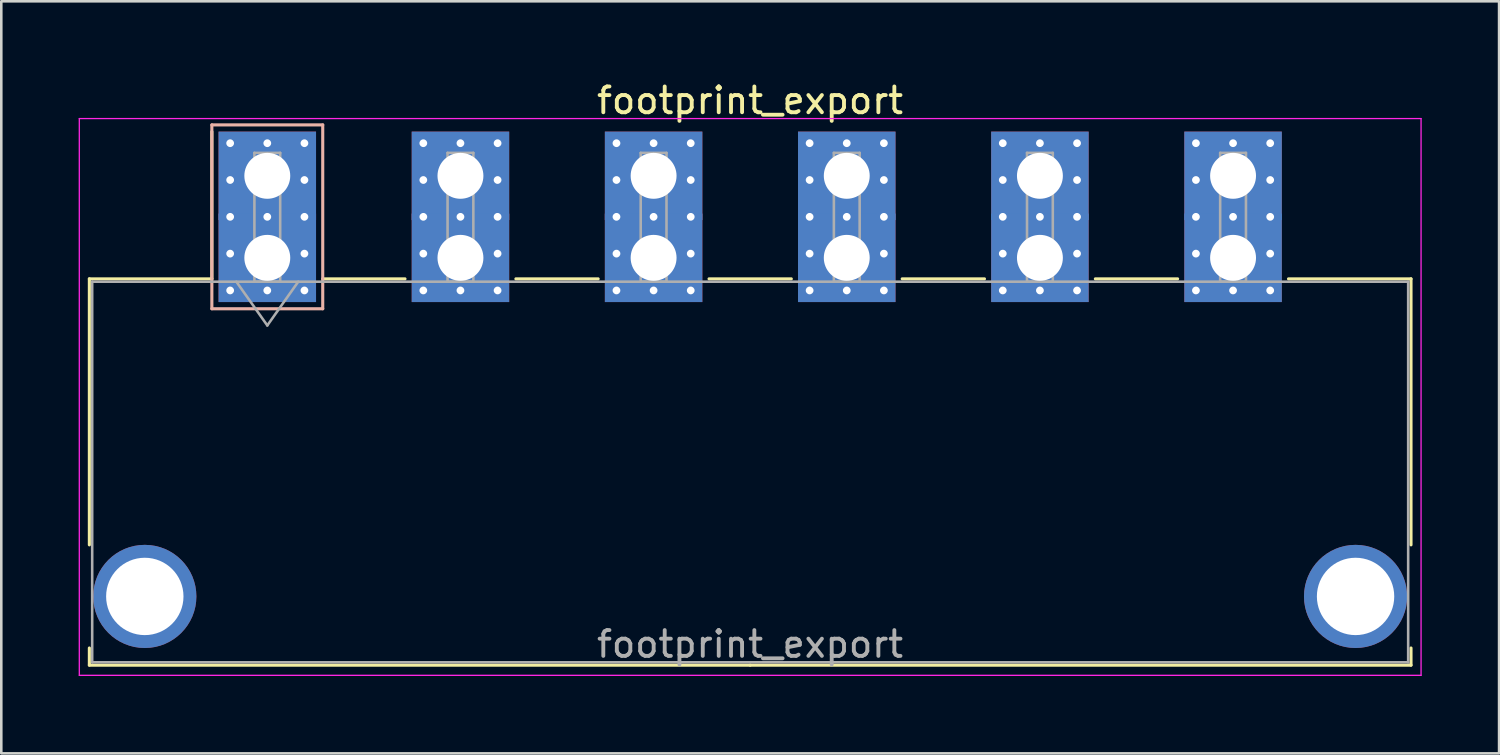
<source format=kicad_pcb>
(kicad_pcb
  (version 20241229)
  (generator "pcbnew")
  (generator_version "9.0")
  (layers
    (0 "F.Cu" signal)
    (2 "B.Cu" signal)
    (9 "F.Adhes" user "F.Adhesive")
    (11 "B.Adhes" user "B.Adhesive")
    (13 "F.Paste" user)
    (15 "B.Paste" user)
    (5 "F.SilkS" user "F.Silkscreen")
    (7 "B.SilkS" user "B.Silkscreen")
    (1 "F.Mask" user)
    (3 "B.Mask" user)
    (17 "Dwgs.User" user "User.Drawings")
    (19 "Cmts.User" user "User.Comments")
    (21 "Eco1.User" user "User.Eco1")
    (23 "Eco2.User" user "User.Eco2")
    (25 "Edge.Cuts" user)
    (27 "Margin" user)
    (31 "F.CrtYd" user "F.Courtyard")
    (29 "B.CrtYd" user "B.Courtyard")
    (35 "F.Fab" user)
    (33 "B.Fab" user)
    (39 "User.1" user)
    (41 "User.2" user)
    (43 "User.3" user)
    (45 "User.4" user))
  (footprint "footprint_export"
    (layer "F.Cu")
    (at 7.315 6.948)
    (property "Reference" "footprint_export" (at 18.72 -6.1 0) (layer "F.SilkS") (effects (font (size 1 1) (thickness 0.15))))
    (attr through_hole)
    (fp_line (start -6.9 0.815) (end -6.9 11.13) (stroke (width 0.12) (type solid)) (layer "F.SilkS"))
    (fp_line (start -6.9 15.13) (end -6.9 15.795) (stroke (width 0.12) (type solid)) (layer "F.SilkS"))
    (fp_line (start -6.9 15.795) (end 18.725 15.795) (stroke (width 0.12) (type solid)) (layer "F.SilkS"))
    (fp_line (start -2.15 0.815) (end -6.9 0.815) (stroke (width 0.12) (type solid)) (layer "F.SilkS"))
    (fp_line (start -2.15 0.815) (end -2.15 -4.895) (stroke (width 0.12) (type solid)) (layer "F.SilkS"))
    (fp_line (start 2.15 0.815) (end 5.34 0.815) (stroke (width 0.12) (type solid)) (layer "F.SilkS"))
    (fp_line (start 9.64 0.815) (end 12.83 0.815) (stroke (width 0.12) (type solid)) (layer "F.SilkS"))
    (fp_line (start 17.13 0.815) (end 20.32 0.815) (stroke (width 0.12) (type solid)) (layer "F.SilkS"))
    (fp_line (start 24.62 0.815) (end 27.81 0.815) (stroke (width 0.12) (type solid)) (layer "F.SilkS"))
    (fp_line (start 32.11 0.815) (end 35.3 0.815) (stroke (width 0.12) (type solid)) (layer "F.SilkS"))
    (fp_line (start 39.6 0.815) (end 44.35 0.815) (stroke (width 0.12) (type solid)) (layer "F.SilkS"))
    (fp_line (start 44.35 0.815) (end 44.35 11.13) (stroke (width 0.12) (type solid)) (layer "F.SilkS"))
    (fp_line (start 44.35 15.13) (end 44.35 15.795) (stroke (width 0.12) (type solid)) (layer "F.SilkS"))
    (fp_line (start 44.35 15.795) (end 18.725 15.795) (stroke (width 0.12) (type solid)) (layer "F.SilkS"))
    (fp_line (start -2.15 -5.155) (end -2.15 1.975) (stroke (width 0.12) (type solid)) (layer "B.SilkS"))
    (fp_line (start -2.15 1.975) (end 2.15 1.975) (stroke (width 0.12) (type solid)) (layer "B.SilkS"))
    (fp_line (start 2.15 -5.155) (end -2.15 -5.155) (stroke (width 0.12) (type solid)) (layer "B.SilkS"))
    (fp_line (start 2.15 1.975) (end 2.15 -5.155) (stroke (width 0.12) (type solid)) (layer "B.SilkS"))
    (fp_line (start -7.29 -5.4) (end -7.29 16.19) (stroke (width 0.05) (type solid)) (layer "F.CrtYd"))
    (fp_line (start -7.29 16.19) (end 44.74 16.19) (stroke (width 0.05) (type solid)) (layer "F.CrtYd"))
    (fp_line (start 44.74 -5.4) (end -7.29 -5.4) (stroke (width 0.05) (type solid)) (layer "F.CrtYd"))
    (fp_line (start 44.74 16.19) (end 44.74 -5.4) (stroke (width 0.05) (type solid)) (layer "F.CrtYd"))
    (fp_line (start -6.79 0.925) (end -6.79 15.685) (stroke (width 0.1) (type solid)) (layer "F.Fab"))
    (fp_line (start -6.79 15.685) (end 44.24 15.685) (stroke (width 0.1) (type solid)) (layer "F.Fab"))
    (fp_line (start -1.2 0.925) (end 0 2.622) (stroke (width 0.1) (type solid)) (layer "F.Fab"))
    (fp_line (start -0.5 -4.07) (end 0.5 -4.07) (stroke (width 0.1) (type solid)) (layer "F.Fab"))
    (fp_line (start -0.5 0.925) (end -0.5 -4.07) (stroke (width 0.1) (type solid)) (layer "F.Fab"))
    (fp_line (start 0 2.622) (end 1.2 0.925) (stroke (width 0.1) (type solid)) (layer "F.Fab"))
    (fp_line (start 0.5 -4.07) (end 0.5 0.925) (stroke (width 0.1) (type solid)) (layer "F.Fab"))
    (fp_line (start 0.5 0.925) (end -0.5 0.925) (stroke (width 0.1) (type solid)) (layer "F.Fab"))
    (fp_line (start 6.99 -4.07) (end 7.99 -4.07) (stroke (width 0.1) (type solid)) (layer "F.Fab"))
    (fp_line (start 6.99 0.925) (end 6.99 -4.07) (stroke (width 0.1) (type solid)) (layer "F.Fab"))
    (fp_line (start 7.99 -4.07) (end 7.99 0.925) (stroke (width 0.1) (type solid)) (layer "F.Fab"))
    (fp_line (start 7.99 0.925) (end 6.99 0.925) (stroke (width 0.1) (type solid)) (layer "F.Fab"))
    (fp_line (start 14.48 -4.07) (end 15.48 -4.07) (stroke (width 0.1) (type solid)) (layer "F.Fab"))
    (fp_line (start 14.48 0.925) (end 14.48 -4.07) (stroke (width 0.1) (type solid)) (layer "F.Fab"))
    (fp_line (start 15.48 -4.07) (end 15.48 0.925) (stroke (width 0.1) (type solid)) (layer "F.Fab"))
    (fp_line (start 15.48 0.925) (end 14.48 0.925) (stroke (width 0.1) (type solid)) (layer "F.Fab"))
    (fp_line (start 21.97 -4.07) (end 22.97 -4.07) (stroke (width 0.1) (type solid)) (layer "F.Fab"))
    (fp_line (start 21.97 0.925) (end 21.97 -4.07) (stroke (width 0.1) (type solid)) (layer "F.Fab"))
    (fp_line (start 22.97 -4.07) (end 22.97 0.925) (stroke (width 0.1) (type solid)) (layer "F.Fab"))
    (fp_line (start 22.97 0.925) (end 21.97 0.925) (stroke (width 0.1) (type solid)) (layer "F.Fab"))
    (fp_line (start 29.46 -4.07) (end 30.46 -4.07) (stroke (width 0.1) (type solid)) (layer "F.Fab"))
    (fp_line (start 29.46 0.925) (end 29.46 -4.07) (stroke (width 0.1) (type solid)) (layer "F.Fab"))
    (fp_line (start 30.46 -4.07) (end 30.46 0.925) (stroke (width 0.1) (type solid)) (layer "F.Fab"))
    (fp_line (start 30.46 0.925) (end 29.46 0.925) (stroke (width 0.1) (type solid)) (layer "F.Fab"))
    (fp_line (start 36.95 -4.07) (end 37.95 -4.07) (stroke (width 0.1) (type solid)) (layer "F.Fab"))
    (fp_line (start 36.95 0.925) (end 36.95 -4.07) (stroke (width 0.1) (type solid)) (layer "F.Fab"))
    (fp_line (start 37.95 -4.07) (end 37.95 0.925) (stroke (width 0.1) (type solid)) (layer "F.Fab"))
    (fp_line (start 37.95 0.925) (end 36.95 0.925) (stroke (width 0.1) (type solid)) (layer "F.Fab"))
    (fp_line (start 44.24 0.925) (end -6.79 0.925) (stroke (width 0.1) (type solid)) (layer "F.Fab"))
    (fp_line (start 44.24 15.685) (end 44.24 0.925) (stroke (width 0.1) (type solid)) (layer "F.Fab"))
    (fp_text user "${REFERENCE}" (at 18.72 14.98 0) (layer "F.Fab") (effects (font (size 1 1) (thickness 0.15))))
    (pad "" thru_hole circle (at -4.75 13.13) (size 4 4) (drill 3) (layers "*.Cu" "*.Mask"))
    (pad "" thru_hole circle (at 42.2 13.13) (size 4 4) (drill 3) (layers "*.Cu" "*.Mask"))
    (pad "1" thru_hole rect (at -1.44 -4.445) (size 0.6 0.6) (drill 0.3) (layers "*.Cu" "*.Mask"))
    (pad "1" thru_hole rect (at -1.44 -3.018) (size 0.6 0.6) (drill 0.3) (layers "*.Cu" "*.Mask"))
    (pad "1" thru_hole rect (at -1.44 -1.59) (size 0.6 0.6) (drill 0.3) (layers "*.Cu" "*.Mask"))
    (pad "1" thru_hole rect (at -1.44 -0.163) (size 0.6 0.6) (drill 0.3) (layers "*.Cu" "*.Mask"))
    (pad "1" thru_hole rect (at -1.44 1.265) (size 0.6 0.6) (drill 0.3) (layers "*.Cu" "*.Mask"))
    (pad "1" thru_hole rect (at 0 -4.445) (size 0.6 0.6) (drill 0.3) (layers "*.Cu" "*.Mask"))
    (pad "1" thru_hole rect (at 0 -3.18) (size 3.78 3.43) (drill 1.78) (layers "*.Cu" "*.Mask"))
    (pad "1" thru_hole rect (at 0 -1.59) (size 0.6 0.6) (drill 0.3) (layers "*.Cu" "*.Mask"))
    (pad "1" thru_hole rect (at 0 0) (size 3.78 3.43) (drill 1.78) (layers "*.Cu" "*.Mask"))
    (pad "1" thru_hole rect (at 0 1.265) (size 0.6 0.6) (drill 0.3) (layers "*.Cu" "*.Mask"))
    (pad "1" thru_hole rect (at 1.44 -4.445) (size 0.6 0.6) (drill 0.3) (layers "*.Cu" "*.Mask"))
    (pad "1" thru_hole rect (at 1.44 -3.018) (size 0.6 0.6) (drill 0.3) (layers "*.Cu" "*.Mask"))
    (pad "1" thru_hole rect (at 1.44 -1.59) (size 0.6 0.6) (drill 0.3) (layers "*.Cu" "*.Mask"))
    (pad "1" thru_hole rect (at 1.44 -0.163) (size 0.6 0.6) (drill 0.3) (layers "*.Cu" "*.Mask"))
    (pad "1" thru_hole rect (at 1.44 1.265) (size 0.6 0.6) (drill 0.3) (layers "*.Cu" "*.Mask"))
    (pad "2" thru_hole circle (at 6.05 -4.445) (size 0.6 0.6) (drill 0.3) (layers "*.Cu" "*.Mask"))
    (pad "2" thru_hole circle (at 6.05 -3.018) (size 0.6 0.6) (drill 0.3) (layers "*.Cu" "*.Mask"))
    (pad "2" thru_hole circle (at 6.05 -1.59) (size 0.6 0.6) (drill 0.3) (layers "*.Cu" "*.Mask"))
    (pad "2" thru_hole circle (at 6.05 -0.163) (size 0.6 0.6) (drill 0.3) (layers "*.Cu" "*.Mask"))
    (pad "2" thru_hole circle (at 6.05 1.265) (size 0.6 0.6) (drill 0.3) (layers "*.Cu" "*.Mask"))
    (pad "2" thru_hole circle (at 7.49 -4.445) (size 0.6 0.6) (drill 0.3) (layers "*.Cu" "*.Mask"))
    (pad "2" thru_hole rect (at 7.49 -3.18) (size 3.78 3.43) (drill 1.78) (layers "*.Cu" "*.Mask"))
    (pad "2" thru_hole circle (at 7.49 -1.59) (size 0.6 0.6) (drill 0.3) (layers "*.Cu" "*.Mask"))
    (pad "2" thru_hole rect (at 7.49 0) (size 3.78 3.43) (drill 1.78) (layers "*.Cu" "*.Mask"))
    (pad "2" thru_hole circle (at 7.49 1.265) (size 0.6 0.6) (drill 0.3) (layers "*.Cu" "*.Mask"))
    (pad "2" thru_hole circle (at 8.93 -4.445) (size 0.6 0.6) (drill 0.3) (layers "*.Cu" "*.Mask"))
    (pad "2" thru_hole circle (at 8.93 -3.018) (size 0.6 0.6) (drill 0.3) (layers "*.Cu" "*.Mask"))
    (pad "2" thru_hole circle (at 8.93 -1.59) (size 0.6 0.6) (drill 0.3) (layers "*.Cu" "*.Mask"))
    (pad "2" thru_hole circle (at 8.93 -0.163) (size 0.6 0.6) (drill 0.3) (layers "*.Cu" "*.Mask"))
    (pad "2" thru_hole circle (at 8.93 1.265) (size 0.6 0.6) (drill 0.3) (layers "*.Cu" "*.Mask"))
    (pad "3" thru_hole circle (at 13.54 -4.445) (size 0.6 0.6) (drill 0.3) (layers "*.Cu" "*.Mask"))
    (pad "3" thru_hole circle (at 13.54 -3.018) (size 0.6 0.6) (drill 0.3) (layers "*.Cu" "*.Mask"))
    (pad "3" thru_hole circle (at 13.54 -1.59) (size 0.6 0.6) (drill 0.3) (layers "*.Cu" "*.Mask"))
    (pad "3" thru_hole circle (at 13.54 -0.163) (size 0.6 0.6) (drill 0.3) (layers "*.Cu" "*.Mask"))
    (pad "3" thru_hole circle (at 13.54 1.265) (size 0.6 0.6) (drill 0.3) (layers "*.Cu" "*.Mask"))
    (pad "3" thru_hole circle (at 14.98 -4.445) (size 0.6 0.6) (drill 0.3) (layers "*.Cu" "*.Mask"))
    (pad "3" thru_hole rect (at 14.98 -3.18) (size 3.78 3.43) (drill 1.78) (layers "*.Cu" "*.Mask"))
    (pad "3" thru_hole circle (at 14.98 -1.59) (size 0.6 0.6) (drill 0.3) (layers "*.Cu" "*.Mask"))
    (pad "3" thru_hole rect (at 14.98 0) (size 3.78 3.43) (drill 1.78) (layers "*.Cu" "*.Mask"))
    (pad "3" thru_hole circle (at 14.98 1.265) (size 0.6 0.6) (drill 0.3) (layers "*.Cu" "*.Mask"))
    (pad "3" thru_hole circle (at 16.42 -4.445) (size 0.6 0.6) (drill 0.3) (layers "*.Cu" "*.Mask"))
    (pad "3" thru_hole circle (at 16.42 -3.018) (size 0.6 0.6) (drill 0.3) (layers "*.Cu" "*.Mask"))
    (pad "3" thru_hole circle (at 16.42 -1.59) (size 0.6 0.6) (drill 0.3) (layers "*.Cu" "*.Mask"))
    (pad "3" thru_hole circle (at 16.42 -0.163) (size 0.6 0.6) (drill 0.3) (layers "*.Cu" "*.Mask"))
    (pad "3" thru_hole circle (at 16.42 1.265) (size 0.6 0.6) (drill 0.3) (layers "*.Cu" "*.Mask"))
    (pad "4" thru_hole circle (at 21.03 -4.445) (size 0.6 0.6) (drill 0.3) (layers "*.Cu" "*.Mask"))
    (pad "4" thru_hole circle (at 21.03 -3.018) (size 0.6 0.6) (drill 0.3) (layers "*.Cu" "*.Mask"))
    (pad "4" thru_hole circle (at 21.03 -1.59) (size 0.6 0.6) (drill 0.3) (layers "*.Cu" "*.Mask"))
    (pad "4" thru_hole circle (at 21.03 -0.163) (size 0.6 0.6) (drill 0.3) (layers "*.Cu" "*.Mask"))
    (pad "4" thru_hole circle (at 21.03 1.265) (size 0.6 0.6) (drill 0.3) (layers "*.Cu" "*.Mask"))
    (pad "4" thru_hole circle (at 22.47 -4.445) (size 0.6 0.6) (drill 0.3) (layers "*.Cu" "*.Mask"))
    (pad "4" thru_hole rect (at 22.47 -3.18) (size 3.78 3.43) (drill 1.78) (layers "*.Cu" "*.Mask"))
    (pad "4" thru_hole circle (at 22.47 -1.59) (size 0.6 0.6) (drill 0.3) (layers "*.Cu" "*.Mask"))
    (pad "4" thru_hole rect (at 22.47 0) (size 3.78 3.43) (drill 1.78) (layers "*.Cu" "*.Mask"))
    (pad "4" thru_hole circle (at 22.47 1.265) (size 0.6 0.6) (drill 0.3) (layers "*.Cu" "*.Mask"))
    (pad "4" thru_hole circle (at 23.91 -4.445) (size 0.6 0.6) (drill 0.3) (layers "*.Cu" "*.Mask"))
    (pad "4" thru_hole circle (at 23.91 -3.018) (size 0.6 0.6) (drill 0.3) (layers "*.Cu" "*.Mask"))
    (pad "4" thru_hole circle (at 23.91 -1.59) (size 0.6 0.6) (drill 0.3) (layers "*.Cu" "*.Mask"))
    (pad "4" thru_hole circle (at 23.91 -0.163) (size 0.6 0.6) (drill 0.3) (layers "*.Cu" "*.Mask"))
    (pad "4" thru_hole circle (at 23.91 1.265) (size 0.6 0.6) (drill 0.3) (layers "*.Cu" "*.Mask"))
    (pad "5" thru_hole circle (at 28.52 -4.445) (size 0.6 0.6) (drill 0.3) (layers "*.Cu" "*.Mask"))
    (pad "5" thru_hole circle (at 28.52 -3.018) (size 0.6 0.6) (drill 0.3) (layers "*.Cu" "*.Mask"))
    (pad "5" thru_hole circle (at 28.52 -1.59) (size 0.6 0.6) (drill 0.3) (layers "*.Cu" "*.Mask"))
    (pad "5" thru_hole circle (at 28.52 -0.163) (size 0.6 0.6) (drill 0.3) (layers "*.Cu" "*.Mask"))
    (pad "5" thru_hole circle (at 28.52 1.265) (size 0.6 0.6) (drill 0.3) (layers "*.Cu" "*.Mask"))
    (pad "5" thru_hole circle (at 29.96 -4.445) (size 0.6 0.6) (drill 0.3) (layers "*.Cu" "*.Mask"))
    (pad "5" thru_hole rect (at 29.96 -3.18) (size 3.78 3.43) (drill 1.78) (layers "*.Cu" "*.Mask"))
    (pad "5" thru_hole circle (at 29.96 -1.59) (size 0.6 0.6) (drill 0.3) (layers "*.Cu" "*.Mask"))
    (pad "5" thru_hole rect (at 29.96 0) (size 3.78 3.43) (drill 1.78) (layers "*.Cu" "*.Mask"))
    (pad "5" thru_hole circle (at 29.96 1.265) (size 0.6 0.6) (drill 0.3) (layers "*.Cu" "*.Mask"))
    (pad "5" thru_hole circle (at 31.4 -4.445) (size 0.6 0.6) (drill 0.3) (layers "*.Cu" "*.Mask"))
    (pad "5" thru_hole circle (at 31.4 -3.018) (size 0.6 0.6) (drill 0.3) (layers "*.Cu" "*.Mask"))
    (pad "5" thru_hole circle (at 31.4 -1.59) (size 0.6 0.6) (drill 0.3) (layers "*.Cu" "*.Mask"))
    (pad "5" thru_hole circle (at 31.4 -0.163) (size 0.6 0.6) (drill 0.3) (layers "*.Cu" "*.Mask"))
    (pad "5" thru_hole circle (at 31.4 1.265) (size 0.6 0.6) (drill 0.3) (layers "*.Cu" "*.Mask"))
    (pad "6" thru_hole circle (at 36.01 -4.445) (size 0.6 0.6) (drill 0.3) (layers "*.Cu" "*.Mask"))
    (pad "6" thru_hole circle (at 36.01 -3.018) (size 0.6 0.6) (drill 0.3) (layers "*.Cu" "*.Mask"))
    (pad "6" thru_hole circle (at 36.01 -1.59) (size 0.6 0.6) (drill 0.3) (layers "*.Cu" "*.Mask"))
    (pad "6" thru_hole circle (at 36.01 -0.163) (size 0.6 0.6) (drill 0.3) (layers "*.Cu" "*.Mask"))
    (pad "6" thru_hole circle (at 36.01 1.265) (size 0.6 0.6) (drill 0.3) (layers "*.Cu" "*.Mask"))
    (pad "6" thru_hole circle (at 37.45 -4.445) (size 0.6 0.6) (drill 0.3) (layers "*.Cu" "*.Mask"))
    (pad "6" thru_hole rect (at 37.45 -3.18) (size 3.78 3.43) (drill 1.78) (layers "*.Cu" "*.Mask"))
    (pad "6" thru_hole circle (at 37.45 -1.59) (size 0.6 0.6) (drill 0.3) (layers "*.Cu" "*.Mask"))
    (pad "6" thru_hole rect (at 37.45 0) (size 3.78 3.43) (drill 1.78) (layers "*.Cu" "*.Mask"))
    (pad "6" thru_hole circle (at 37.45 1.265) (size 0.6 0.6) (drill 0.3) (layers "*.Cu" "*.Mask"))
    (pad "6" thru_hole circle (at 38.89 -4.445) (size 0.6 0.6) (drill 0.3) (layers "*.Cu" "*.Mask"))
    (pad "6" thru_hole circle (at 38.89 -3.018) (size 0.6 0.6) (drill 0.3) (layers "*.Cu" "*.Mask"))
    (pad "6" thru_hole circle (at 38.89 -1.59) (size 0.6 0.6) (drill 0.3) (layers "*.Cu" "*.Mask"))
    (pad "6" thru_hole circle (at 38.89 -0.163) (size 0.6 0.6) (drill 0.3) (layers "*.Cu" "*.Mask"))
    (pad "6" thru_hole circle (at 38.89 1.265) (size 0.6 0.6) (drill 0.3) (layers "*.Cu" "*.Mask")))
  (gr_rect
    (start -3 -3)
    (end 55.08 26.163)
    (stroke (width 0.1) (type default))
    (fill no)
    (layer "Edge.Cuts")))
</source>
